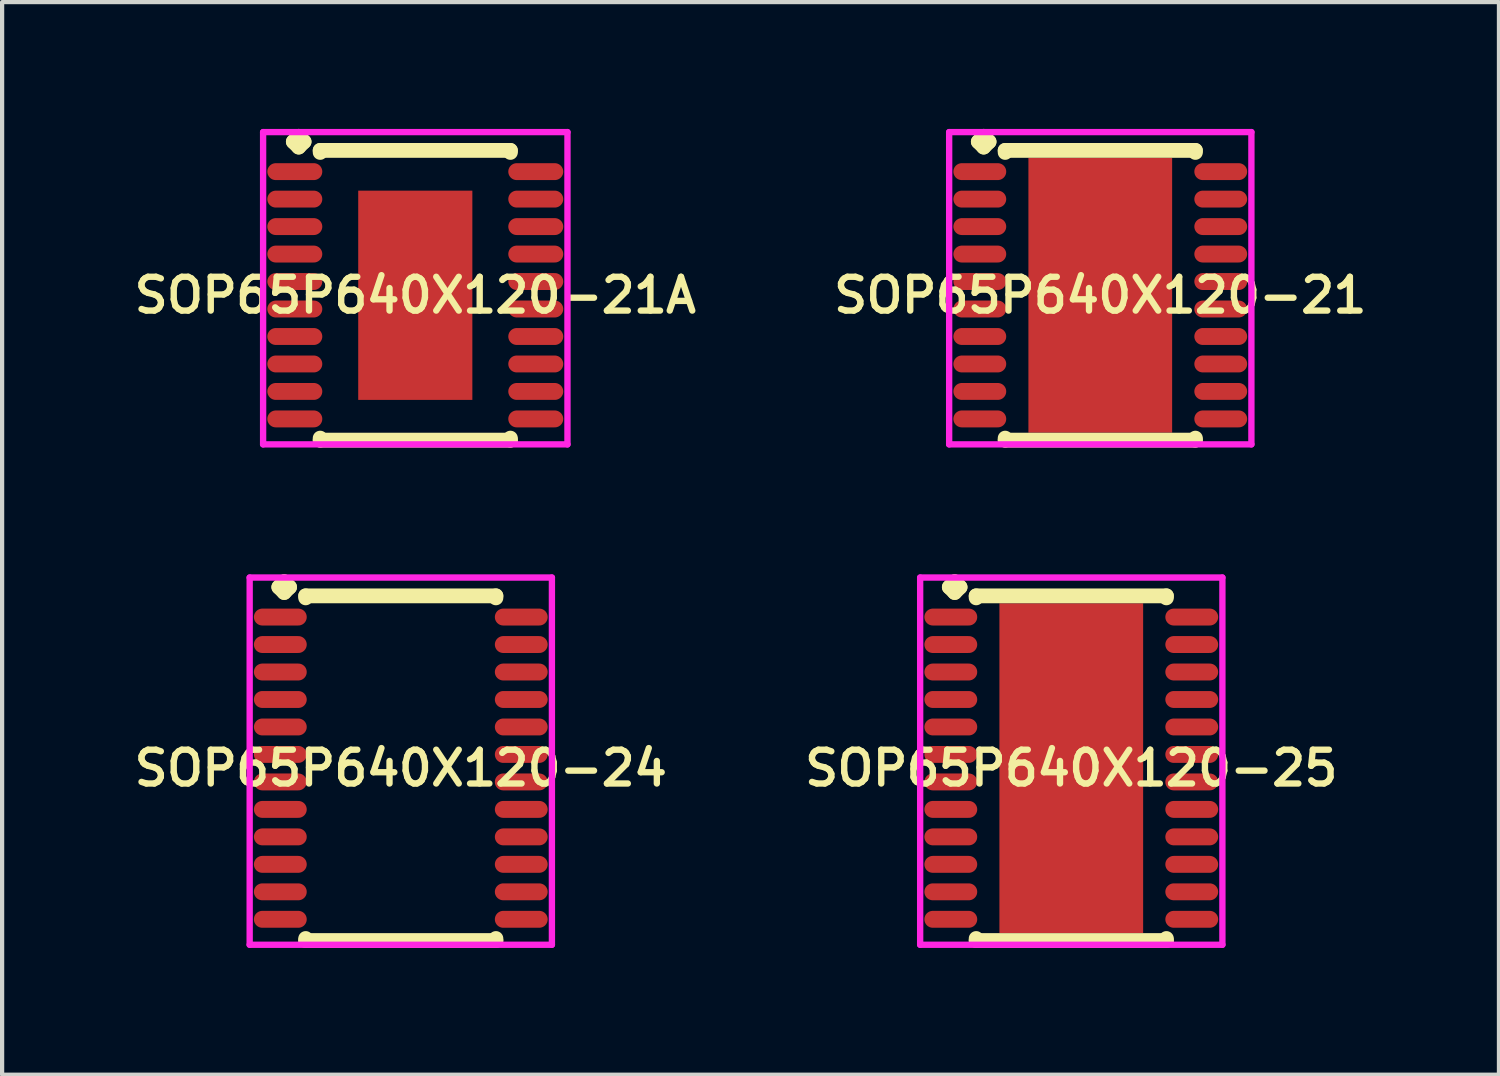
<source format=kicad_pcb>
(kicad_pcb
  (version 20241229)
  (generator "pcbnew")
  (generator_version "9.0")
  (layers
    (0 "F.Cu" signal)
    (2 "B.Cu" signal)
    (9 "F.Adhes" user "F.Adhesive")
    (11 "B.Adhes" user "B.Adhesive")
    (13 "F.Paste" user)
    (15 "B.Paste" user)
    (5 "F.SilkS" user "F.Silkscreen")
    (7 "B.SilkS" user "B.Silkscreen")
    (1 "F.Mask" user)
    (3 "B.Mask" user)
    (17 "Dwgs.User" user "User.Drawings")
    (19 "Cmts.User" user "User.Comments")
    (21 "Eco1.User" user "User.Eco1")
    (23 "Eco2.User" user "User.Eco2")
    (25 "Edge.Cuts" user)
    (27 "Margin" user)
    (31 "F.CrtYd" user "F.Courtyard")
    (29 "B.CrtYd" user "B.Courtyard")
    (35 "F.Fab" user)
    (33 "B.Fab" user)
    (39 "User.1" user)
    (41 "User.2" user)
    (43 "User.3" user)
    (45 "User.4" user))
  (footprint "SOP65P640X120-24"
    (layer "F.Cu")
    (at 6.431 15.122)
    (property "Reference" "SOP65P640X120-24" (at 0 0 0) (layer "F.SilkS") (effects (font (size 0.8 0.8) (thickness 0.15))))
    (attr smd)
    (fp_line (start -2.885 -4.283) (end -2.758 -4.41) (stroke (width 0.35) (type solid)) (layer "F.SilkS"))
    (fp_line (start -2.758 -4.41) (end -2.631 -4.283) (stroke (width 0.35) (type solid)) (layer "F.SilkS"))
    (fp_line (start -2.758 -4.156) (end -2.885 -4.283) (stroke (width 0.35) (type solid)) (layer "F.SilkS"))
    (fp_line (start -2.631 -4.283) (end -2.758 -4.156) (stroke (width 0.35) (type solid)) (layer "F.SilkS"))
    (fp_line (start -2.25 -4.077) (end 2.25 -4.077) (stroke (width 0.35) (type solid)) (layer "F.SilkS"))
    (fp_line (start -2.25 -4.029) (end -2.25 -4.077) (stroke (width 0.35) (type solid)) (layer "F.SilkS"))
    (fp_line (start -2.25 4.029) (end -2.25 4.077) (stroke (width 0.35) (type solid)) (layer "F.SilkS"))
    (fp_line (start -2.25 4.077) (end 2.25 4.077) (stroke (width 0.35) (type solid)) (layer "F.SilkS"))
    (fp_line (start 2.25 -4.077) (end 2.25 -4.029) (stroke (width 0.35) (type solid)) (layer "F.SilkS"))
    (fp_line (start 2.25 4.077) (end 2.25 4.029) (stroke (width 0.35) (type solid)) (layer "F.SilkS"))
    (fp_line (start -3.575 -4.51) (end 3.575 -4.51) (stroke (width 0.15) (type solid)) (layer "F.CrtYd"))
    (fp_line (start -3.575 4.177) (end -3.575 -4.51) (stroke (width 0.15) (type solid)) (layer "F.CrtYd"))
    (fp_line (start 3.575 -4.51) (end 3.575 4.177) (stroke (width 0.15) (type solid)) (layer "F.CrtYd"))
    (fp_line (start 3.575 4.177) (end -3.575 4.177) (stroke (width 0.15) (type solid)) (layer "F.CrtYd"))
    (pad "1" smd oval (at -2.85 -3.575) (size 1.25 0.4) (layers "F.Cu" "F.Mask" "F.Paste"))
    (pad "2" smd oval (at -2.85 -2.925) (size 1.25 0.4) (layers "F.Cu" "F.Mask" "F.Paste"))
    (pad "3" smd oval (at -2.85 -2.275) (size 1.25 0.4) (layers "F.Cu" "F.Mask" "F.Paste"))
    (pad "4" smd oval (at -2.85 -1.625) (size 1.25 0.4) (layers "F.Cu" "F.Mask" "F.Paste"))
    (pad "5" smd oval (at -2.85 -0.975) (size 1.25 0.4) (layers "F.Cu" "F.Mask" "F.Paste"))
    (pad "6" smd oval (at -2.85 -0.325) (size 1.25 0.4) (layers "F.Cu" "F.Mask" "F.Paste"))
    (pad "7" smd oval (at -2.85 0.325) (size 1.25 0.4) (layers "F.Cu" "F.Mask" "F.Paste"))
    (pad "8" smd oval (at -2.85 0.975) (size 1.25 0.4) (layers "F.Cu" "F.Mask" "F.Paste"))
    (pad "9" smd oval (at -2.85 1.625) (size 1.25 0.4) (layers "F.Cu" "F.Mask" "F.Paste"))
    (pad "10" smd oval (at -2.85 2.275) (size 1.25 0.4) (layers "F.Cu" "F.Mask" "F.Paste"))
    (pad "11" smd oval (at -2.85 2.925) (size 1.25 0.4) (layers "F.Cu" "F.Mask" "F.Paste"))
    (pad "12" smd oval (at -2.85 3.575) (size 1.25 0.4) (layers "F.Cu" "F.Mask" "F.Paste"))
    (pad "13" smd oval (at 2.85 3.575) (size 1.25 0.4) (layers "F.Cu" "F.Mask" "F.Paste"))
    (pad "14" smd oval (at 2.85 2.925) (size 1.25 0.4) (layers "F.Cu" "F.Mask" "F.Paste"))
    (pad "15" smd oval (at 2.85 2.275) (size 1.25 0.4) (layers "F.Cu" "F.Mask" "F.Paste"))
    (pad "16" smd oval (at 2.85 1.625) (size 1.25 0.4) (layers "F.Cu" "F.Mask" "F.Paste"))
    (pad "17" smd oval (at 2.85 0.975) (size 1.25 0.4) (layers "F.Cu" "F.Mask" "F.Paste"))
    (pad "18" smd oval (at 2.85 0.325) (size 1.25 0.4) (layers "F.Cu" "F.Mask" "F.Paste"))
    (pad "19" smd oval (at 2.85 -0.325) (size 1.25 0.4) (layers "F.Cu" "F.Mask" "F.Paste"))
    (pad "20" smd oval (at 2.85 -0.975) (size 1.25 0.4) (layers "F.Cu" "F.Mask" "F.Paste"))
    (pad "21" smd oval (at 2.85 -1.625) (size 1.25 0.4) (layers "F.Cu" "F.Mask" "F.Paste"))
    (pad "22" smd oval (at 2.85 -2.275) (size 1.25 0.4) (layers "F.Cu" "F.Mask" "F.Paste"))
    (pad "23" smd oval (at 2.85 -2.925) (size 1.25 0.4) (layers "F.Cu" "F.Mask" "F.Paste"))
    (pad "24" smd oval (at 2.85 -3.575) (size 1.25 0.4) (layers "F.Cu" "F.Mask" "F.Paste")))
  (footprint "SOP65P640X120-25"
    (layer "F.Cu")
    (at 22.292 15.122)
    (property "Reference" "SOP65P640X120-25" (at 0 0 0) (layer "F.SilkS") (effects (font (size 0.8 0.8) (thickness 0.15))))
    (attr smd)
    (fp_line (start -2.885 -4.283) (end -2.758 -4.41) (stroke (width 0.35) (type solid)) (layer "F.SilkS"))
    (fp_line (start -2.758 -4.41) (end -2.631 -4.283) (stroke (width 0.35) (type solid)) (layer "F.SilkS"))
    (fp_line (start -2.758 -4.156) (end -2.885 -4.283) (stroke (width 0.35) (type solid)) (layer "F.SilkS"))
    (fp_line (start -2.631 -4.283) (end -2.758 -4.156) (stroke (width 0.35) (type solid)) (layer "F.SilkS"))
    (fp_line (start -2.25 -4.077) (end 2.25 -4.077) (stroke (width 0.35) (type solid)) (layer "F.SilkS"))
    (fp_line (start -2.25 -4.029) (end -2.25 -4.077) (stroke (width 0.35) (type solid)) (layer "F.SilkS"))
    (fp_line (start -2.25 4.029) (end -2.25 4.077) (stroke (width 0.35) (type solid)) (layer "F.SilkS"))
    (fp_line (start -2.25 4.077) (end 2.25 4.077) (stroke (width 0.35) (type solid)) (layer "F.SilkS"))
    (fp_line (start 2.25 -4.077) (end 2.25 -4.029) (stroke (width 0.35) (type solid)) (layer "F.SilkS"))
    (fp_line (start 2.25 4.077) (end 2.25 4.029) (stroke (width 0.35) (type solid)) (layer "F.SilkS"))
    (fp_line (start -3.575 -4.51) (end 3.575 -4.51) (stroke (width 0.15) (type solid)) (layer "F.CrtYd"))
    (fp_line (start -3.575 4.177) (end -3.575 -4.51) (stroke (width 0.15) (type solid)) (layer "F.CrtYd"))
    (fp_line (start 3.575 -4.51) (end 3.575 4.177) (stroke (width 0.15) (type solid)) (layer "F.CrtYd"))
    (fp_line (start 3.575 4.177) (end -3.575 4.177) (stroke (width 0.15) (type solid)) (layer "F.CrtYd"))
    (pad "1" smd oval (at -2.85 -3.575) (size 1.25 0.4) (layers "F.Cu" "F.Mask" "F.Paste"))
    (pad "2" smd oval (at -2.85 -2.925) (size 1.25 0.4) (layers "F.Cu" "F.Mask" "F.Paste"))
    (pad "3" smd oval (at -2.85 -2.275) (size 1.25 0.4) (layers "F.Cu" "F.Mask" "F.Paste"))
    (pad "4" smd oval (at -2.85 -1.625) (size 1.25 0.4) (layers "F.Cu" "F.Mask" "F.Paste"))
    (pad "5" smd oval (at -2.85 -0.975) (size 1.25 0.4) (layers "F.Cu" "F.Mask" "F.Paste"))
    (pad "6" smd oval (at -2.85 -0.325) (size 1.25 0.4) (layers "F.Cu" "F.Mask" "F.Paste"))
    (pad "7" smd oval (at -2.85 0.325) (size 1.25 0.4) (layers "F.Cu" "F.Mask" "F.Paste"))
    (pad "8" smd oval (at -2.85 0.975) (size 1.25 0.4) (layers "F.Cu" "F.Mask" "F.Paste"))
    (pad "9" smd oval (at -2.85 1.625) (size 1.25 0.4) (layers "F.Cu" "F.Mask" "F.Paste"))
    (pad "10" smd oval (at -2.85 2.275) (size 1.25 0.4) (layers "F.Cu" "F.Mask" "F.Paste"))
    (pad "11" smd oval (at -2.85 2.925) (size 1.25 0.4) (layers "F.Cu" "F.Mask" "F.Paste"))
    (pad "12" smd oval (at -2.85 3.575) (size 1.25 0.4) (layers "F.Cu" "F.Mask" "F.Paste"))
    (pad "13" smd oval (at 2.85 3.575) (size 1.25 0.4) (layers "F.Cu" "F.Mask" "F.Paste"))
    (pad "14" smd oval (at 2.85 2.925) (size 1.25 0.4) (layers "F.Cu" "F.Mask" "F.Paste"))
    (pad "15" smd oval (at 2.85 2.275) (size 1.25 0.4) (layers "F.Cu" "F.Mask" "F.Paste"))
    (pad "16" smd oval (at 2.85 1.625) (size 1.25 0.4) (layers "F.Cu" "F.Mask" "F.Paste"))
    (pad "17" smd oval (at 2.85 0.975) (size 1.25 0.4) (layers "F.Cu" "F.Mask" "F.Paste"))
    (pad "18" smd oval (at 2.85 0.325) (size 1.25 0.4) (layers "F.Cu" "F.Mask" "F.Paste"))
    (pad "19" smd oval (at 2.85 -0.325) (size 1.25 0.4) (layers "F.Cu" "F.Mask" "F.Paste"))
    (pad "20" smd oval (at 2.85 -0.975) (size 1.25 0.4) (layers "F.Cu" "F.Mask" "F.Paste"))
    (pad "21" smd oval (at 2.85 -1.625) (size 1.25 0.4) (layers "F.Cu" "F.Mask" "F.Paste"))
    (pad "22" smd oval (at 2.85 -2.275) (size 1.25 0.4) (layers "F.Cu" "F.Mask" "F.Paste"))
    (pad "23" smd oval (at 2.85 -2.925) (size 1.25 0.4) (layers "F.Cu" "F.Mask" "F.Paste"))
    (pad "24" smd oval (at 2.85 -3.575) (size 1.25 0.4) (layers "F.Cu" "F.Mask" "F.Paste"))
    (pad "25" smd rect (at 0 0) (size 3.4 7.8) (layers "F.Cu" "F.Mask" "F.Paste")))
  (footprint "SOP65P640X120-21"
    (layer "F.Cu")
    (at 22.978 3.935)
    (property "Reference" "SOP65P640X120-21" (at 0 0 0) (layer "F.SilkS") (effects (font (size 0.8 0.8) (thickness 0.15))))
    (attr smd)
    (fp_line (start -2.885 -3.633) (end -2.758 -3.76) (stroke (width 0.35) (type solid)) (layer "F.SilkS"))
    (fp_line (start -2.758 -3.76) (end -2.631 -3.633) (stroke (width 0.35) (type solid)) (layer "F.SilkS"))
    (fp_line (start -2.758 -3.506) (end -2.885 -3.633) (stroke (width 0.35) (type solid)) (layer "F.SilkS"))
    (fp_line (start -2.631 -3.633) (end -2.758 -3.506) (stroke (width 0.35) (type solid)) (layer "F.SilkS"))
    (fp_line (start -2.25 -3.427) (end 2.25 -3.427) (stroke (width 0.35) (type solid)) (layer "F.SilkS"))
    (fp_line (start -2.25 -3.379) (end -2.25 -3.427) (stroke (width 0.35) (type solid)) (layer "F.SilkS"))
    (fp_line (start -2.25 3.379) (end -2.25 3.427) (stroke (width 0.35) (type solid)) (layer "F.SilkS"))
    (fp_line (start -2.25 3.427) (end 2.25 3.427) (stroke (width 0.35) (type solid)) (layer "F.SilkS"))
    (fp_line (start 2.25 -3.427) (end 2.25 -3.379) (stroke (width 0.35) (type solid)) (layer "F.SilkS"))
    (fp_line (start 2.25 3.427) (end 2.25 3.379) (stroke (width 0.35) (type solid)) (layer "F.SilkS"))
    (fp_line (start -3.575 -3.86) (end 3.575 -3.86) (stroke (width 0.15) (type solid)) (layer "F.CrtYd"))
    (fp_line (start -3.575 3.527) (end -3.575 -3.86) (stroke (width 0.15) (type solid)) (layer "F.CrtYd"))
    (fp_line (start 3.575 -3.86) (end 3.575 3.527) (stroke (width 0.15) (type solid)) (layer "F.CrtYd"))
    (fp_line (start 3.575 3.527) (end -3.575 3.527) (stroke (width 0.15) (type solid)) (layer "F.CrtYd"))
    (pad "1" smd oval (at -2.85 -2.925) (size 1.25 0.4) (layers "F.Cu" "F.Mask" "F.Paste"))
    (pad "2" smd oval (at -2.85 -2.275) (size 1.25 0.4) (layers "F.Cu" "F.Mask" "F.Paste"))
    (pad "3" smd oval (at -2.85 -1.625) (size 1.25 0.4) (layers "F.Cu" "F.Mask" "F.Paste"))
    (pad "4" smd oval (at -2.85 -0.975) (size 1.25 0.4) (layers "F.Cu" "F.Mask" "F.Paste"))
    (pad "5" smd oval (at -2.85 -0.325) (size 1.25 0.4) (layers "F.Cu" "F.Mask" "F.Paste"))
    (pad "6" smd oval (at -2.85 0.325) (size 1.25 0.4) (layers "F.Cu" "F.Mask" "F.Paste"))
    (pad "7" smd oval (at -2.85 0.975) (size 1.25 0.4) (layers "F.Cu" "F.Mask" "F.Paste"))
    (pad "8" smd oval (at -2.85 1.625) (size 1.25 0.4) (layers "F.Cu" "F.Mask" "F.Paste"))
    (pad "9" smd oval (at -2.85 2.275) (size 1.25 0.4) (layers "F.Cu" "F.Mask" "F.Paste"))
    (pad "10" smd oval (at -2.85 2.925) (size 1.25 0.4) (layers "F.Cu" "F.Mask" "F.Paste"))
    (pad "11" smd oval (at 2.85 2.925) (size 1.25 0.4) (layers "F.Cu" "F.Mask" "F.Paste"))
    (pad "12" smd oval (at 2.85 2.275) (size 1.25 0.4) (layers "F.Cu" "F.Mask" "F.Paste"))
    (pad "13" smd oval (at 2.85 1.625) (size 1.25 0.4) (layers "F.Cu" "F.Mask" "F.Paste"))
    (pad "14" smd oval (at 2.85 0.975) (size 1.25 0.4) (layers "F.Cu" "F.Mask" "F.Paste"))
    (pad "15" smd oval (at 2.85 0.325) (size 1.25 0.4) (layers "F.Cu" "F.Mask" "F.Paste"))
    (pad "16" smd oval (at 2.85 -0.325) (size 1.25 0.4) (layers "F.Cu" "F.Mask" "F.Paste"))
    (pad "17" smd oval (at 2.85 -0.975) (size 1.25 0.4) (layers "F.Cu" "F.Mask" "F.Paste"))
    (pad "18" smd oval (at 2.85 -1.625) (size 1.25 0.4) (layers "F.Cu" "F.Mask" "F.Paste"))
    (pad "19" smd oval (at 2.85 -2.275) (size 1.25 0.4) (layers "F.Cu" "F.Mask" "F.Paste"))
    (pad "20" smd oval (at 2.85 -2.925) (size 1.25 0.4) (layers "F.Cu" "F.Mask" "F.Paste"))
    (pad "21" smd rect (at 0 0) (size 3.4 6.5) (layers "F.Cu" "F.Mask" "F.Paste")))
  (footprint "SOP65P640X120-21A"
    (layer "F.Cu")
    (at 6.774 3.935)
    (property "Reference" "SOP65P640X120-21A" (at 0 0 0) (layer "F.SilkS") (effects (font (size 0.8 0.8) (thickness 0.15))))
    (attr smd)
    (fp_line (start -2.885 -3.633) (end -2.758 -3.76) (stroke (width 0.35) (type solid)) (layer "F.SilkS"))
    (fp_line (start -2.758 -3.76) (end -2.631 -3.633) (stroke (width 0.35) (type solid)) (layer "F.SilkS"))
    (fp_line (start -2.758 -3.506) (end -2.885 -3.633) (stroke (width 0.35) (type solid)) (layer "F.SilkS"))
    (fp_line (start -2.631 -3.633) (end -2.758 -3.506) (stroke (width 0.35) (type solid)) (layer "F.SilkS"))
    (fp_line (start -2.25 -3.427) (end 2.25 -3.427) (stroke (width 0.35) (type solid)) (layer "F.SilkS"))
    (fp_line (start -2.25 -3.379) (end -2.25 -3.427) (stroke (width 0.35) (type solid)) (layer "F.SilkS"))
    (fp_line (start -2.25 3.379) (end -2.25 3.427) (stroke (width 0.35) (type solid)) (layer "F.SilkS"))
    (fp_line (start -2.25 3.427) (end 2.25 3.427) (stroke (width 0.35) (type solid)) (layer "F.SilkS"))
    (fp_line (start 2.25 -3.427) (end 2.25 -3.379) (stroke (width 0.35) (type solid)) (layer "F.SilkS"))
    (fp_line (start 2.25 3.427) (end 2.25 3.379) (stroke (width 0.35) (type solid)) (layer "F.SilkS"))
    (fp_line (start -3.6 -3.86) (end 3.6 -3.86) (stroke (width 0.15) (type solid)) (layer "F.CrtYd"))
    (fp_line (start -3.6 3.527) (end -3.6 -3.86) (stroke (width 0.15) (type solid)) (layer "F.CrtYd"))
    (fp_line (start 3.6 -3.86) (end 3.6 3.527) (stroke (width 0.15) (type solid)) (layer "F.CrtYd"))
    (fp_line (start 3.6 3.527) (end -3.6 3.527) (stroke (width 0.15) (type solid)) (layer "F.CrtYd"))
    (pad "1" smd oval (at -2.85 -2.925) (size 1.3 0.4) (layers "F.Cu" "F.Mask" "F.Paste"))
    (pad "2" smd oval (at -2.85 -2.275) (size 1.3 0.4) (layers "F.Cu" "F.Mask" "F.Paste"))
    (pad "3" smd oval (at -2.85 -1.625) (size 1.3 0.4) (layers "F.Cu" "F.Mask" "F.Paste"))
    (pad "4" smd oval (at -2.85 -0.975) (size 1.3 0.4) (layers "F.Cu" "F.Mask" "F.Paste"))
    (pad "5" smd oval (at -2.85 -0.325) (size 1.3 0.4) (layers "F.Cu" "F.Mask" "F.Paste"))
    (pad "6" smd oval (at -2.85 0.325) (size 1.3 0.4) (layers "F.Cu" "F.Mask" "F.Paste"))
    (pad "7" smd oval (at -2.85 0.975) (size 1.3 0.4) (layers "F.Cu" "F.Mask" "F.Paste"))
    (pad "8" smd oval (at -2.85 1.625) (size 1.3 0.4) (layers "F.Cu" "F.Mask" "F.Paste"))
    (pad "9" smd oval (at -2.85 2.275) (size 1.3 0.4) (layers "F.Cu" "F.Mask" "F.Paste"))
    (pad "10" smd oval (at -2.85 2.925) (size 1.3 0.4) (layers "F.Cu" "F.Mask" "F.Paste"))
    (pad "11" smd oval (at 2.85 2.925) (size 1.3 0.4) (layers "F.Cu" "F.Mask" "F.Paste"))
    (pad "12" smd oval (at 2.85 2.275) (size 1.3 0.4) (layers "F.Cu" "F.Mask" "F.Paste"))
    (pad "13" smd oval (at 2.85 1.625) (size 1.3 0.4) (layers "F.Cu" "F.Mask" "F.Paste"))
    (pad "14" smd oval (at 2.85 0.975) (size 1.3 0.4) (layers "F.Cu" "F.Mask" "F.Paste"))
    (pad "15" smd oval (at 2.85 0.325) (size 1.3 0.4) (layers "F.Cu" "F.Mask" "F.Paste"))
    (pad "16" smd oval (at 2.85 -0.325) (size 1.3 0.4) (layers "F.Cu" "F.Mask" "F.Paste"))
    (pad "17" smd oval (at 2.85 -0.975) (size 1.3 0.4) (layers "F.Cu" "F.Mask" "F.Paste"))
    (pad "18" smd oval (at 2.85 -1.625) (size 1.3 0.4) (layers "F.Cu" "F.Mask" "F.Paste"))
    (pad "19" smd oval (at 2.85 -2.275) (size 1.3 0.4) (layers "F.Cu" "F.Mask" "F.Paste"))
    (pad "20" smd oval (at 2.85 -2.925) (size 1.3 0.4) (layers "F.Cu" "F.Mask" "F.Paste"))
    (pad "21" smd rect (at 0 0) (size 2.7 4.95) (layers "F.Cu" "F.Mask" "F.Paste")))
  (gr_rect
    (start -3 -3)
    (end 32.409 22.374)
    (stroke (width 0.1) (type default))
    (fill no)
    (layer "Edge.Cuts")))
</source>
